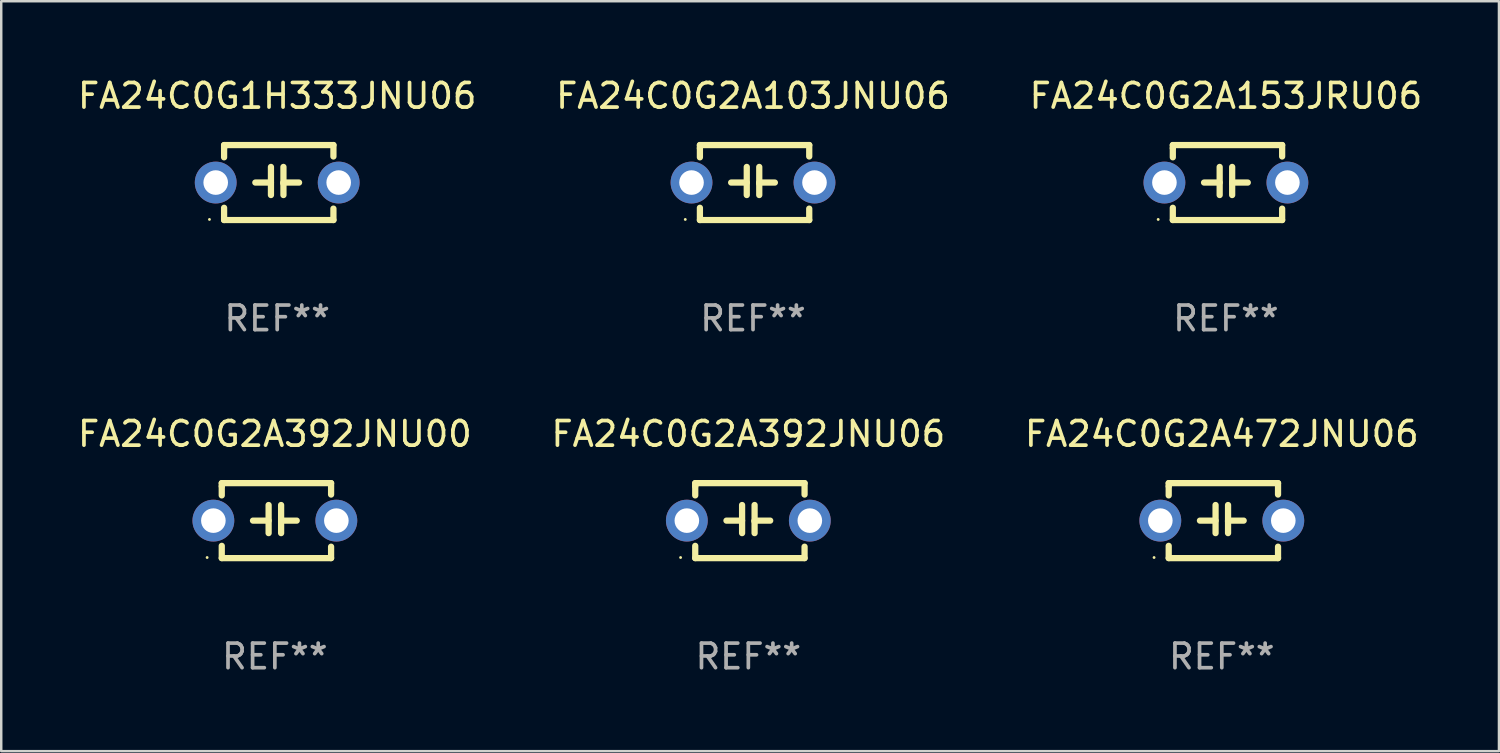
<source format=kicad_pcb>
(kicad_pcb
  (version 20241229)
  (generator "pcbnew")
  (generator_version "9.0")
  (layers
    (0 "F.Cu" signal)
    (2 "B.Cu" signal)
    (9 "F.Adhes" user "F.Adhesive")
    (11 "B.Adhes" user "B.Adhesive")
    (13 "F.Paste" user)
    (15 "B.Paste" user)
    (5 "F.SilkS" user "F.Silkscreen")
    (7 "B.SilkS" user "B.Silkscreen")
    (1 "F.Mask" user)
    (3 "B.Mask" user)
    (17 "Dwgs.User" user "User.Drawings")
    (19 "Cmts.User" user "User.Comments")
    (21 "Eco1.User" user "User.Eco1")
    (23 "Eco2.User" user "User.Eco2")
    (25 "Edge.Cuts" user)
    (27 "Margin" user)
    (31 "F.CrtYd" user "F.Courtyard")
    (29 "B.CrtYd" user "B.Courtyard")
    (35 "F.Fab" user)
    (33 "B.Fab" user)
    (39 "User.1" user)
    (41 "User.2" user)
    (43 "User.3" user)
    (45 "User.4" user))
  (footprint "FA24C0G2A392JNU06"
    (layer "F.Cu")
    (at 27.375 18.117)
    (property "Reference" "FA24C0G2A392JNU06" (at 0 -3.524 0) (layer "F.SilkS") (effects (font (size 1 1) (thickness 0.15))))
    (attr through_hole)
    (fp_line (start -2.159 -1.524) (end 2.286 -1.524) (stroke (width 0.254) (type solid)) (layer "F.SilkS"))
    (fp_line (start -2.159 -1.397) (end -2.159 -1.524) (stroke (width 0.254) (type solid)) (layer "F.SilkS"))
    (fp_line (start -2.159 -1.026) (end -2.159 -1.397) (stroke (width 0.254) (type solid)) (layer "F.SilkS"))
    (fp_line (start -2.159 1.524) (end -2.159 1.026) (stroke (width 0.254) (type solid)) (layer "F.SilkS"))
    (fp_line (start -0.889 0) (end -0.254 0) (stroke (width 0.254) (type solid)) (layer "F.SilkS"))
    (fp_line (start -0.254 0.508) (end -0.254 -0.635) (stroke (width 0.254) (type solid)) (layer "F.SilkS"))
    (fp_line (start 0.254 -0.635) (end 0.254 0.508) (stroke (width 0.254) (type solid)) (layer "F.SilkS"))
    (fp_line (start 0.254 0.04) (end 0.254 0.02) (stroke (width 0.254) (type solid)) (layer "F.SilkS"))
    (fp_line (start 0.889 0) (end 0.254 0) (stroke (width 0.254) (type solid)) (layer "F.SilkS"))
    (fp_line (start 2.286 -1.524) (end 2.286 -1.06) (stroke (width 0.254) (type solid)) (layer "F.SilkS"))
    (fp_line (start 2.286 1.06) (end 2.286 1.524) (stroke (width 0.254) (type solid)) (layer "F.SilkS"))
    (fp_line (start 2.286 1.524) (end -2.159 1.524) (stroke (width 0.254) (type solid)) (layer "F.SilkS"))
    (fp_circle (center -2.754 1.5) (end -2.724 1.5) (stroke (width 0.06) (type solid)) (fill no) (layer "F.SilkS"))
    (fp_text user "REF**" (at 0 5.524 0) (layer "F.Fab") (effects (font (size 1 1) (thickness 0.15))))
    (pad "1" thru_hole circle (at -2.5 0) (size 1.7 1.7) (drill 1) (layers "*.Cu" "*.Mask"))
    (pad "2" thru_hole circle (at 2.5 0) (size 1.7 1.7) (drill 1) (layers "*.Cu" "*.Mask")))
  (footprint "FA24C0G2A472JNU06"
    (layer "F.Cu")
    (at 46.625 18.117)
    (property "Reference" "FA24C0G2A472JNU06" (at 0 -3.524 0) (layer "F.SilkS") (effects (font (size 1 1) (thickness 0.15))))
    (attr through_hole)
    (fp_line (start -2.159 -1.524) (end 2.286 -1.524) (stroke (width 0.254) (type solid)) (layer "F.SilkS"))
    (fp_line (start -2.159 -1.397) (end -2.159 -1.524) (stroke (width 0.254) (type solid)) (layer "F.SilkS"))
    (fp_line (start -2.159 -1.026) (end -2.159 -1.397) (stroke (width 0.254) (type solid)) (layer "F.SilkS"))
    (fp_line (start -2.159 1.524) (end -2.159 1.026) (stroke (width 0.254) (type solid)) (layer "F.SilkS"))
    (fp_line (start -0.889 0) (end -0.254 0) (stroke (width 0.254) (type solid)) (layer "F.SilkS"))
    (fp_line (start -0.254 0.508) (end -0.254 -0.635) (stroke (width 0.254) (type solid)) (layer "F.SilkS"))
    (fp_line (start 0.254 -0.635) (end 0.254 0.508) (stroke (width 0.254) (type solid)) (layer "F.SilkS"))
    (fp_line (start 0.254 0.04) (end 0.254 0.02) (stroke (width 0.254) (type solid)) (layer "F.SilkS"))
    (fp_line (start 0.889 0) (end 0.254 0) (stroke (width 0.254) (type solid)) (layer "F.SilkS"))
    (fp_line (start 2.286 -1.524) (end 2.286 -1.06) (stroke (width 0.254) (type solid)) (layer "F.SilkS"))
    (fp_line (start 2.286 1.06) (end 2.286 1.524) (stroke (width 0.254) (type solid)) (layer "F.SilkS"))
    (fp_line (start 2.286 1.524) (end -2.159 1.524) (stroke (width 0.254) (type solid)) (layer "F.SilkS"))
    (fp_circle (center -2.754 1.5) (end -2.724 1.5) (stroke (width 0.06) (type solid)) (fill no) (layer "F.SilkS"))
    (fp_text user "REF**" (at 0 5.524 0) (layer "F.Fab") (effects (font (size 1 1) (thickness 0.15))))
    (pad "1" thru_hole circle (at -2.5 0) (size 1.7 1.7) (drill 1) (layers "*.Cu" "*.Mask"))
    (pad "2" thru_hole circle (at 2.5 0) (size 1.7 1.7) (drill 1) (layers "*.Cu" "*.Mask")))
  (footprint "FA24C0G2A392JNU00"
    (layer "F.Cu")
    (at 8.125 18.117)
    (property "Reference" "FA24C0G2A392JNU00" (at 0 -3.524 0) (layer "F.SilkS") (effects (font (size 1 1) (thickness 0.15))))
    (attr through_hole)
    (fp_line (start -2.159 -1.524) (end 2.286 -1.524) (stroke (width 0.254) (type solid)) (layer "F.SilkS"))
    (fp_line (start -2.159 -1.397) (end -2.159 -1.524) (stroke (width 0.254) (type solid)) (layer "F.SilkS"))
    (fp_line (start -2.159 -1.026) (end -2.159 -1.397) (stroke (width 0.254) (type solid)) (layer "F.SilkS"))
    (fp_line (start -2.159 1.524) (end -2.159 1.026) (stroke (width 0.254) (type solid)) (layer "F.SilkS"))
    (fp_line (start -0.889 0) (end -0.254 0) (stroke (width 0.254) (type solid)) (layer "F.SilkS"))
    (fp_line (start -0.254 0.508) (end -0.254 -0.635) (stroke (width 0.254) (type solid)) (layer "F.SilkS"))
    (fp_line (start 0.254 -0.635) (end 0.254 0.508) (stroke (width 0.254) (type solid)) (layer "F.SilkS"))
    (fp_line (start 0.254 0.04) (end 0.254 0.02) (stroke (width 0.254) (type solid)) (layer "F.SilkS"))
    (fp_line (start 0.889 0) (end 0.254 0) (stroke (width 0.254) (type solid)) (layer "F.SilkS"))
    (fp_line (start 2.286 -1.524) (end 2.286 -1.06) (stroke (width 0.254) (type solid)) (layer "F.SilkS"))
    (fp_line (start 2.286 1.06) (end 2.286 1.524) (stroke (width 0.254) (type solid)) (layer "F.SilkS"))
    (fp_line (start 2.286 1.524) (end -2.159 1.524) (stroke (width 0.254) (type solid)) (layer "F.SilkS"))
    (fp_circle (center -2.754 1.5) (end -2.724 1.5) (stroke (width 0.06) (type solid)) (fill no) (layer "F.SilkS"))
    (fp_text user "REF**" (at 0 5.524 0) (layer "F.Fab") (effects (font (size 1 1) (thickness 0.15))))
    (pad "1" thru_hole circle (at -2.5 0) (size 1.7 1.7) (drill 1) (layers "*.Cu" "*.Mask"))
    (pad "2" thru_hole circle (at 2.5 0) (size 1.7 1.7) (drill 1) (layers "*.Cu" "*.Mask")))
  (footprint "FA24C0G1H333JNU06"
    (layer "F.Cu")
    (at 8.22 4.372)
    (property "Reference" "FA24C0G1H333JNU06" (at 0 -3.524 0) (layer "F.SilkS") (effects (font (size 1 1) (thickness 0.15))))
    (attr through_hole)
    (fp_line (start -2.159 -1.524) (end 2.286 -1.524) (stroke (width 0.254) (type solid)) (layer "F.SilkS"))
    (fp_line (start -2.159 -1.397) (end -2.159 -1.524) (stroke (width 0.254) (type solid)) (layer "F.SilkS"))
    (fp_line (start -2.159 -1.026) (end -2.159 -1.397) (stroke (width 0.254) (type solid)) (layer "F.SilkS"))
    (fp_line (start -2.159 1.524) (end -2.159 1.026) (stroke (width 0.254) (type solid)) (layer "F.SilkS"))
    (fp_line (start -0.889 0) (end -0.254 0) (stroke (width 0.254) (type solid)) (layer "F.SilkS"))
    (fp_line (start -0.254 0.508) (end -0.254 -0.635) (stroke (width 0.254) (type solid)) (layer "F.SilkS"))
    (fp_line (start 0.254 -0.635) (end 0.254 0.508) (stroke (width 0.254) (type solid)) (layer "F.SilkS"))
    (fp_line (start 0.254 0.04) (end 0.254 0.02) (stroke (width 0.254) (type solid)) (layer "F.SilkS"))
    (fp_line (start 0.889 0) (end 0.254 0) (stroke (width 0.254) (type solid)) (layer "F.SilkS"))
    (fp_line (start 2.286 -1.524) (end 2.286 -1.06) (stroke (width 0.254) (type solid)) (layer "F.SilkS"))
    (fp_line (start 2.286 1.06) (end 2.286 1.524) (stroke (width 0.254) (type solid)) (layer "F.SilkS"))
    (fp_line (start 2.286 1.524) (end -2.159 1.524) (stroke (width 0.254) (type solid)) (layer "F.SilkS"))
    (fp_circle (center -2.754 1.5) (end -2.724 1.5) (stroke (width 0.06) (type solid)) (fill no) (layer "F.SilkS"))
    (fp_text user "REF**" (at 0 5.524 0) (layer "F.Fab") (effects (font (size 1 1) (thickness 0.15))))
    (pad "1" thru_hole circle (at -2.5 0) (size 1.7 1.7) (drill 1) (layers "*.Cu" "*.Mask"))
    (pad "2" thru_hole circle (at 2.5 0) (size 1.7 1.7) (drill 1) (layers "*.Cu" "*.Mask")))
  (footprint "FA24C0G2A103JNU06"
    (layer "F.Cu")
    (at 27.565 4.372)
    (property "Reference" "FA24C0G2A103JNU06" (at 0 -3.524 0) (layer "F.SilkS") (effects (font (size 1 1) (thickness 0.15))))
    (attr through_hole)
    (fp_line (start -2.159 -1.524) (end 2.286 -1.524) (stroke (width 0.254) (type solid)) (layer "F.SilkS"))
    (fp_line (start -2.159 -1.397) (end -2.159 -1.524) (stroke (width 0.254) (type solid)) (layer "F.SilkS"))
    (fp_line (start -2.159 -1.026) (end -2.159 -1.397) (stroke (width 0.254) (type solid)) (layer "F.SilkS"))
    (fp_line (start -2.159 1.524) (end -2.159 1.026) (stroke (width 0.254) (type solid)) (layer "F.SilkS"))
    (fp_line (start -0.889 0) (end -0.254 0) (stroke (width 0.254) (type solid)) (layer "F.SilkS"))
    (fp_line (start -0.254 0.508) (end -0.254 -0.635) (stroke (width 0.254) (type solid)) (layer "F.SilkS"))
    (fp_line (start 0.254 -0.635) (end 0.254 0.508) (stroke (width 0.254) (type solid)) (layer "F.SilkS"))
    (fp_line (start 0.254 0.04) (end 0.254 0.02) (stroke (width 0.254) (type solid)) (layer "F.SilkS"))
    (fp_line (start 0.889 0) (end 0.254 0) (stroke (width 0.254) (type solid)) (layer "F.SilkS"))
    (fp_line (start 2.286 -1.524) (end 2.286 -1.06) (stroke (width 0.254) (type solid)) (layer "F.SilkS"))
    (fp_line (start 2.286 1.06) (end 2.286 1.524) (stroke (width 0.254) (type solid)) (layer "F.SilkS"))
    (fp_line (start 2.286 1.524) (end -2.159 1.524) (stroke (width 0.254) (type solid)) (layer "F.SilkS"))
    (fp_circle (center -2.754 1.5) (end -2.724 1.5) (stroke (width 0.06) (type solid)) (fill no) (layer "F.SilkS"))
    (fp_text user "REF**" (at 0 5.524 0) (layer "F.Fab") (effects (font (size 1 1) (thickness 0.15))))
    (pad "1" thru_hole circle (at -2.5 0) (size 1.7 1.7) (drill 1) (layers "*.Cu" "*.Mask"))
    (pad "2" thru_hole circle (at 2.5 0) (size 1.7 1.7) (drill 1) (layers "*.Cu" "*.Mask")))
  (footprint "FA24C0G2A153JRU06"
    (layer "F.Cu")
    (at 46.792 4.372)
    (property "Reference" "FA24C0G2A153JRU06" (at 0 -3.524 0) (layer "F.SilkS") (effects (font (size 1 1) (thickness 0.15))))
    (attr through_hole)
    (fp_line (start -2.159 -1.524) (end 2.286 -1.524) (stroke (width 0.254) (type solid)) (layer "F.SilkS"))
    (fp_line (start -2.159 -1.397) (end -2.159 -1.524) (stroke (width 0.254) (type solid)) (layer "F.SilkS"))
    (fp_line (start -2.159 -1.026) (end -2.159 -1.397) (stroke (width 0.254) (type solid)) (layer "F.SilkS"))
    (fp_line (start -2.159 1.524) (end -2.159 1.026) (stroke (width 0.254) (type solid)) (layer "F.SilkS"))
    (fp_line (start -0.889 0) (end -0.254 0) (stroke (width 0.254) (type solid)) (layer "F.SilkS"))
    (fp_line (start -0.254 0.508) (end -0.254 -0.635) (stroke (width 0.254) (type solid)) (layer "F.SilkS"))
    (fp_line (start 0.254 -0.635) (end 0.254 0.508) (stroke (width 0.254) (type solid)) (layer "F.SilkS"))
    (fp_line (start 0.254 0.04) (end 0.254 0.02) (stroke (width 0.254) (type solid)) (layer "F.SilkS"))
    (fp_line (start 0.889 0) (end 0.254 0) (stroke (width 0.254) (type solid)) (layer "F.SilkS"))
    (fp_line (start 2.286 -1.524) (end 2.286 -1.06) (stroke (width 0.254) (type solid)) (layer "F.SilkS"))
    (fp_line (start 2.286 1.06) (end 2.286 1.524) (stroke (width 0.254) (type solid)) (layer "F.SilkS"))
    (fp_line (start 2.286 1.524) (end -2.159 1.524) (stroke (width 0.254) (type solid)) (layer "F.SilkS"))
    (fp_circle (center -2.754 1.5) (end -2.724 1.5) (stroke (width 0.06) (type solid)) (fill no) (layer "F.SilkS"))
    (fp_text user "REF**" (at 0 5.524 0) (layer "F.Fab") (effects (font (size 1 1) (thickness 0.15))))
    (pad "1" thru_hole circle (at -2.5 0) (size 1.7 1.7) (drill 1) (layers "*.Cu" "*.Mask"))
    (pad "2" thru_hole circle (at 2.5 0) (size 1.7 1.7) (drill 1) (layers "*.Cu" "*.Mask")))
  (gr_rect
    (start -3 -3)
    (end 57.893 27.489)
    (stroke (width 0.1) (type default))
    (fill no)
    (layer "Edge.Cuts")))
</source>
